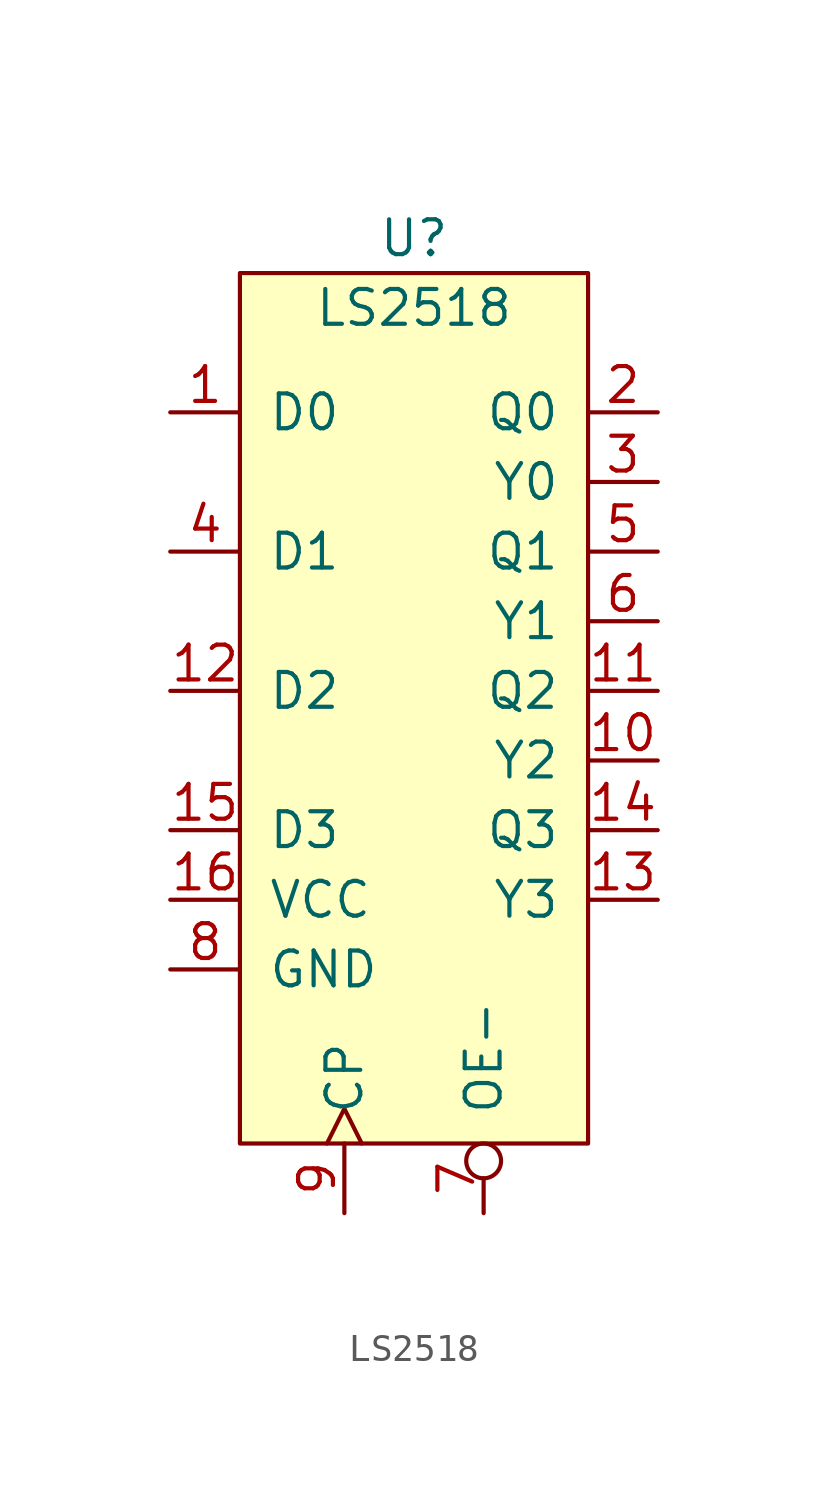
<source format=kicad_sym>
(kicad_symbol_lib
  (version 20231120)
  (generator "kicad_symbol_editor")
  (generator_version "8.0")
  (symbol "LS2518"
    (pin_names
      (offset 1.016))
    (property "Reference" "U"
      (at 0 2.54 0)
      (effects (font (size 1.27 1.27))))
    (property "Value" "LS2518"
      (at 0 0 0)
      (effects (font (size 1.27 1.27))))
    (symbol "LS2518_0_1"
      (rectangle (start -6.35 1.27) (end 6.35 -30.48) (stroke (width 0) (type solid)) (fill (type background))))
    (symbol "LS2518_1_1"
      (pin input line (at -8.89 -3.81 0) (length 2.54) (name "D0" (effects (font (size 1.27 1.27)))) (number "1" (effects (font (size 1.27 1.27)))))
      (pin tri_state line (at 8.89 -16.51 180) (length 2.54) (name "Y2" (effects (font (size 1.27 1.27)))) (number "10" (effects (font (size 1.27 1.27)))))
      (pin output line (at 8.89 -13.97 180) (length 2.54) (name "Q2" (effects (font (size 1.27 1.27)))) (number "11" (effects (font (size 1.27 1.27)))))
      (pin input line (at -8.89 -13.97 0) (length 2.54) (name "D2" (effects (font (size 1.27 1.27)))) (number "12" (effects (font (size 1.27 1.27)))))
      (pin tri_state line (at 8.89 -21.59 180) (length 2.54) (name "Y3" (effects (font (size 1.27 1.27)))) (number "13" (effects (font (size 1.27 1.27)))))
      (pin output line (at 8.89 -19.05 180) (length 2.54) (name "Q3" (effects (font (size 1.27 1.27)))) (number "14" (effects (font (size 1.27 1.27)))))
      (pin input line (at -8.89 -19.05 0) (length 2.54) (name "D3" (effects (font (size 1.27 1.27)))) (number "15" (effects (font (size 1.27 1.27)))))
      (pin power_in line (at -8.89 -21.59 0) (length 2.54) (name "VCC" (effects (font (size 1.27 1.27)))) (number "16" (effects (font (size 1.27 1.27)))))
      (pin output line (at 8.89 -3.81 180) (length 2.54) (name "Q0" (effects (font (size 1.27 1.27)))) (number "2" (effects (font (size 1.27 1.27)))))
      (pin tri_state line (at 8.89 -6.35 180) (length 2.54) (name "Y0" (effects (font (size 1.27 1.27)))) (number "3" (effects (font (size 1.27 1.27)))))
      (pin input line (at -8.89 -8.89 0) (length 2.54) (name "D1" (effects (font (size 1.27 1.27)))) (number "4" (effects (font (size 1.27 1.27)))))
      (pin output line (at 8.89 -8.89 180) (length 2.54) (name "Q1" (effects (font (size 1.27 1.27)))) (number "5" (effects (font (size 1.27 1.27)))))
      (pin tri_state line (at 8.89 -11.43 180) (length 2.54) (name "Y1" (effects (font (size 1.27 1.27)))) (number "6" (effects (font (size 1.27 1.27)))))
      (pin input inverted (at 2.54 -33.02 90) (length 2.54) (name "OE-" (effects (font (size 1.27 1.27)))) (number "7" (effects (font (size 1.27 1.27)))))
      (pin power_in line (at -8.89 -24.13 0) (length 2.54) (name "GND" (effects (font (size 1.27 1.27)))) (number "8" (effects (font (size 1.27 1.27)))))
      (pin input clock (at -2.54 -33.02 90) (length 2.54) (name "CP" (effects (font (size 1.27 1.27)))) (number "9" (effects (font (size 1.27 1.27))))))))
</source>
